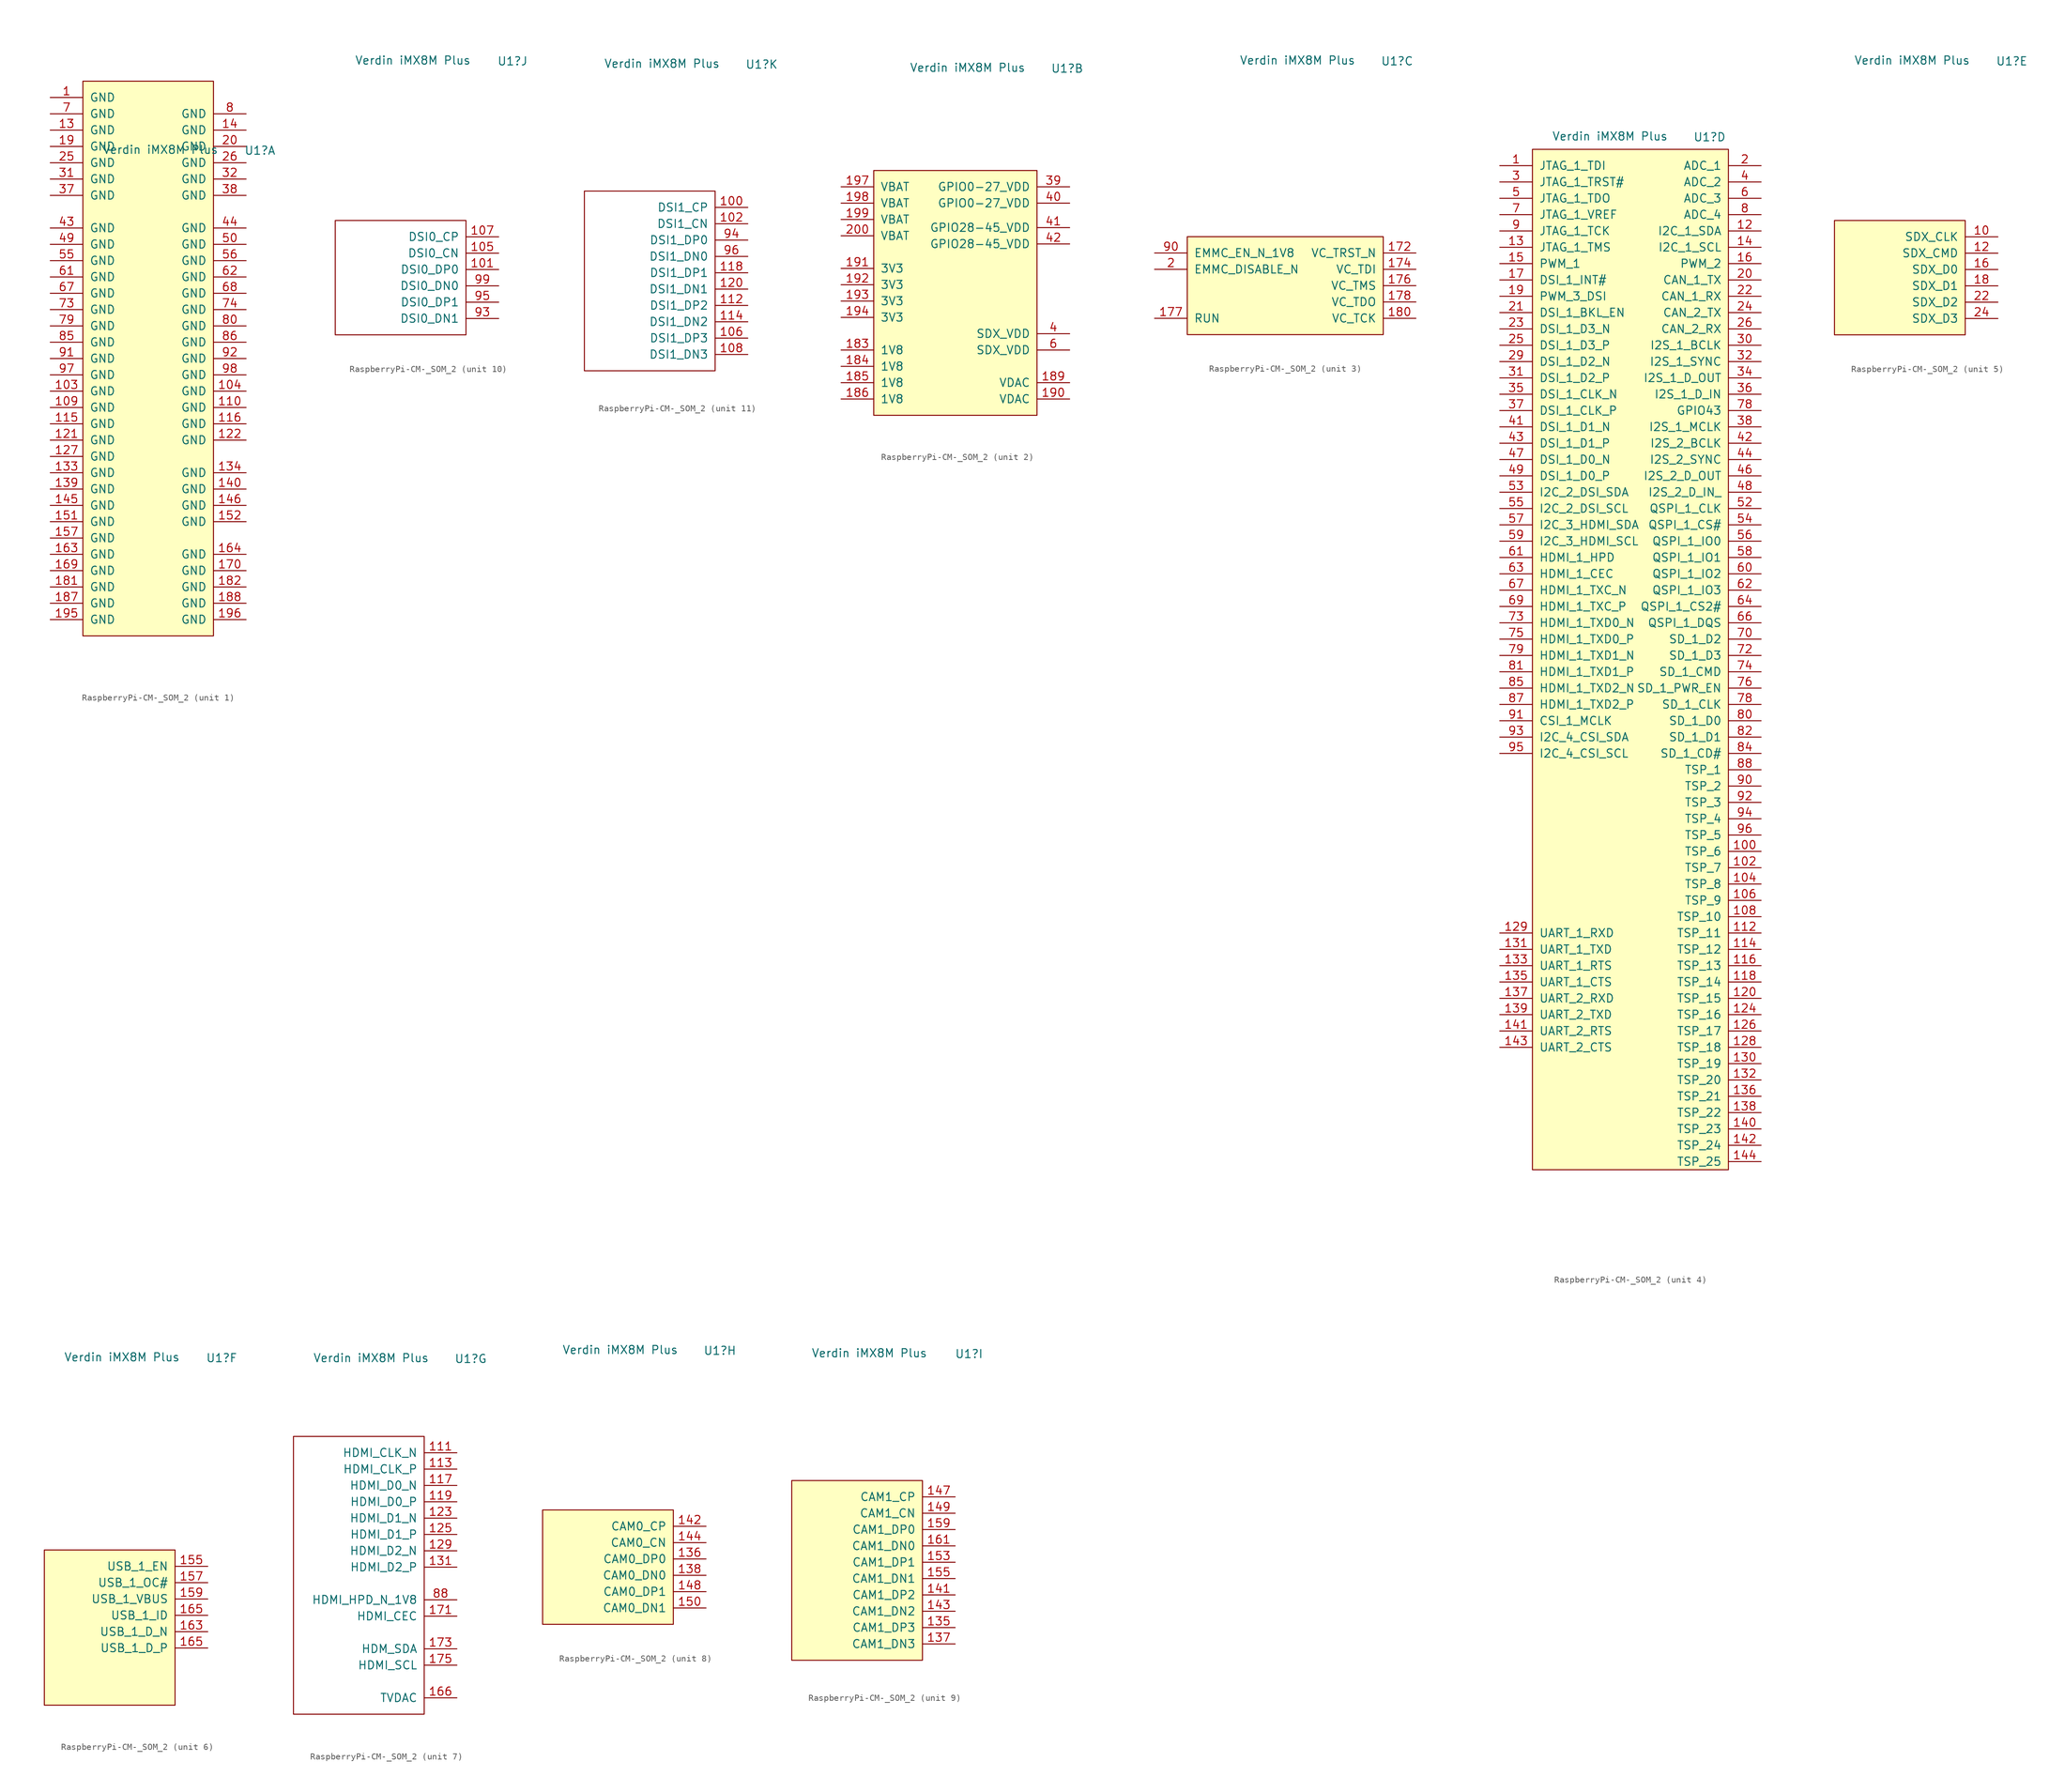
<source format=kicad_sym>
(kicad_symbol_lib
  (version 20220914)
  (generator kicad_symbol_editor)
  (symbol "RaspberryPi-CM-_SOM_2"
    (pin_names
      (offset 1.016))
    (property "Reference" "U1"
      (at 17.399 34.925 0)
      (effects (font (size 1.27 1.27))))
    (property "Value" "Verdin iMX8M Plus"
      (at 1.905 35.052 0)
      (effects (font (size 1.27 1.27))))
    (property "ki_locked" ""
      (at 0 0 0)
      (effects (font (size 1.27 1.27))))
    (symbol "RaspberryPi-CM-_SOM_2_1_1"
      (rectangle (start -10.16 45.72) (end 10.16 -40.64) (stroke (width 0) (type default)) (fill (type background)))
      (pin power_in line (at -15.24 43.18 0) (length 5.08) (name "GND" (effects (font (size 1.27 1.27)))) (number "1" (effects (font (size 1.27 1.27)))))
      (pin power_in line (at -15.24 -2.54 0) (length 5.08) (name "GND" (effects (font (size 1.27 1.27)))) (number "103" (effects (font (size 1.27 1.27)))))
      (pin power_in line (at 15.24 -2.54 180) (length 5.08) (name "GND" (effects (font (size 1.27 1.27)))) (number "104" (effects (font (size 1.27 1.27)))))
      (pin power_in line (at -15.24 -5.08 0) (length 5.08) (name "GND" (effects (font (size 1.27 1.27)))) (number "109" (effects (font (size 1.27 1.27)))))
      (pin power_in line (at 15.24 -5.08 180) (length 5.08) (name "GND" (effects (font (size 1.27 1.27)))) (number "110" (effects (font (size 1.27 1.27)))))
      (pin power_in line (at -15.24 -7.62 0) (length 5.08) (name "GND" (effects (font (size 1.27 1.27)))) (number "115" (effects (font (size 1.27 1.27)))))
      (pin power_in line (at 15.24 -7.62 180) (length 5.08) (name "GND" (effects (font (size 1.27 1.27)))) (number "116" (effects (font (size 1.27 1.27)))))
      (pin power_in line (at -15.24 -10.16 0) (length 5.08) (name "GND" (effects (font (size 1.27 1.27)))) (number "121" (effects (font (size 1.27 1.27)))))
      (pin power_in line (at 15.24 -10.16 180) (length 5.08) (name "GND" (effects (font (size 1.27 1.27)))) (number "122" (effects (font (size 1.27 1.27)))))
      (pin power_in line (at -15.24 -12.7 0) (length 5.08) (name "GND" (effects (font (size 1.27 1.27)))) (number "127" (effects (font (size 1.27 1.27)))))
      (pin power_in line (at -15.24 38.1 0) (length 5.08) (name "GND" (effects (font (size 1.27 1.27)))) (number "13" (effects (font (size 1.27 1.27)))))
      (pin power_in line (at -15.24 -15.24 0) (length 5.08) (name "GND" (effects (font (size 1.27 1.27)))) (number "133" (effects (font (size 1.27 1.27)))))
      (pin power_in line (at 15.24 -15.24 180) (length 5.08) (name "GND" (effects (font (size 1.27 1.27)))) (number "134" (effects (font (size 1.27 1.27)))))
      (pin power_in line (at -15.24 -17.78 0) (length 5.08) (name "GND" (effects (font (size 1.27 1.27)))) (number "139" (effects (font (size 1.27 1.27)))))
      (pin power_in line (at 15.24 38.1 180) (length 5.08) (name "GND" (effects (font (size 1.27 1.27)))) (number "14" (effects (font (size 1.27 1.27)))))
      (pin power_in line (at 15.24 -17.78 180) (length 5.08) (name "GND" (effects (font (size 1.27 1.27)))) (number "140" (effects (font (size 1.27 1.27)))))
      (pin power_in line (at -15.24 -20.32 0) (length 5.08) (name "GND" (effects (font (size 1.27 1.27)))) (number "145" (effects (font (size 1.27 1.27)))))
      (pin power_in line (at 15.24 -20.32 180) (length 5.08) (name "GND" (effects (font (size 1.27 1.27)))) (number "146" (effects (font (size 1.27 1.27)))))
      (pin power_in line (at -15.24 -22.86 0) (length 5.08) (name "GND" (effects (font (size 1.27 1.27)))) (number "151" (effects (font (size 1.27 1.27)))))
      (pin power_in line (at 15.24 -22.86 180) (length 5.08) (name "GND" (effects (font (size 1.27 1.27)))) (number "152" (effects (font (size 1.27 1.27)))))
      (pin power_in line (at -15.24 -25.4 0) (length 5.08) (name "GND" (effects (font (size 1.27 1.27)))) (number "157" (effects (font (size 1.27 1.27)))))
      (pin power_in line (at -15.24 -27.94 0) (length 5.08) (name "GND" (effects (font (size 1.27 1.27)))) (number "163" (effects (font (size 1.27 1.27)))))
      (pin power_in line (at 15.24 -27.94 180) (length 5.08) (name "GND" (effects (font (size 1.27 1.27)))) (number "164" (effects (font (size 1.27 1.27)))))
      (pin power_in line (at -15.24 -30.48 0) (length 5.08) (name "GND" (effects (font (size 1.27 1.27)))) (number "169" (effects (font (size 1.27 1.27)))))
      (pin power_in line (at 15.24 -30.48 180) (length 5.08) (name "GND" (effects (font (size 1.27 1.27)))) (number "170" (effects (font (size 1.27 1.27)))))
      (pin power_in line (at -15.24 -33.02 0) (length 5.08) (name "GND" (effects (font (size 1.27 1.27)))) (number "181" (effects (font (size 1.27 1.27)))))
      (pin power_in line (at 15.24 -33.02 180) (length 5.08) (name "GND" (effects (font (size 1.27 1.27)))) (number "182" (effects (font (size 1.27 1.27)))))
      (pin power_in line (at -15.24 -35.56 0) (length 5.08) (name "GND" (effects (font (size 1.27 1.27)))) (number "187" (effects (font (size 1.27 1.27)))))
      (pin power_in line (at 15.24 -35.56 180) (length 5.08) (name "GND" (effects (font (size 1.27 1.27)))) (number "188" (effects (font (size 1.27 1.27)))))
      (pin power_in line (at -15.24 35.56 0) (length 5.08) (name "GND" (effects (font (size 1.27 1.27)))) (number "19" (effects (font (size 1.27 1.27)))))
      (pin power_in line (at -15.24 -38.1 0) (length 5.08) (name "GND" (effects (font (size 1.27 1.27)))) (number "195" (effects (font (size 1.27 1.27)))))
      (pin power_in line (at 15.24 -38.1 180) (length 5.08) (name "GND" (effects (font (size 1.27 1.27)))) (number "196" (effects (font (size 1.27 1.27)))))
      (pin power_in line (at 15.24 35.56 180) (length 5.08) (name "GND" (effects (font (size 1.27 1.27)))) (number "20" (effects (font (size 1.27 1.27)))))
      (pin power_in line (at -15.24 33.02 0) (length 5.08) (name "GND" (effects (font (size 1.27 1.27)))) (number "25" (effects (font (size 1.27 1.27)))))
      (pin power_in line (at 15.24 33.02 180) (length 5.08) (name "GND" (effects (font (size 1.27 1.27)))) (number "26" (effects (font (size 1.27 1.27)))))
      (pin power_in line (at -15.24 30.48 0) (length 5.08) (name "GND" (effects (font (size 1.27 1.27)))) (number "31" (effects (font (size 1.27 1.27)))))
      (pin power_in line (at 15.24 30.48 180) (length 5.08) (name "GND" (effects (font (size 1.27 1.27)))) (number "32" (effects (font (size 1.27 1.27)))))
      (pin power_in line (at -15.24 27.94 0) (length 5.08) (name "GND" (effects (font (size 1.27 1.27)))) (number "37" (effects (font (size 1.27 1.27)))))
      (pin power_in line (at 15.24 27.94 180) (length 5.08) (name "GND" (effects (font (size 1.27 1.27)))) (number "38" (effects (font (size 1.27 1.27)))))
      (pin power_in line (at -15.24 22.86 0) (length 5.08) (name "GND" (effects (font (size 1.27 1.27)))) (number "43" (effects (font (size 1.27 1.27)))))
      (pin power_in line (at 15.24 22.86 180) (length 5.08) (name "GND" (effects (font (size 1.27 1.27)))) (number "44" (effects (font (size 1.27 1.27)))))
      (pin power_in line (at -15.24 20.32 0) (length 5.08) (name "GND" (effects (font (size 1.27 1.27)))) (number "49" (effects (font (size 1.27 1.27)))))
      (pin power_in line (at 15.24 20.32 180) (length 5.08) (name "GND" (effects (font (size 1.27 1.27)))) (number "50" (effects (font (size 1.27 1.27)))))
      (pin power_in line (at -15.24 17.78 0) (length 5.08) (name "GND" (effects (font (size 1.27 1.27)))) (number "55" (effects (font (size 1.27 1.27)))))
      (pin power_in line (at 15.24 17.78 180) (length 5.08) (name "GND" (effects (font (size 1.27 1.27)))) (number "56" (effects (font (size 1.27 1.27)))))
      (pin power_in line (at -15.24 15.24 0) (length 5.08) (name "GND" (effects (font (size 1.27 1.27)))) (number "61" (effects (font (size 1.27 1.27)))))
      (pin power_in line (at 15.24 15.24 180) (length 5.08) (name "GND" (effects (font (size 1.27 1.27)))) (number "62" (effects (font (size 1.27 1.27)))))
      (pin power_in line (at -15.24 12.7 0) (length 5.08) (name "GND" (effects (font (size 1.27 1.27)))) (number "67" (effects (font (size 1.27 1.27)))))
      (pin power_in line (at 15.24 12.7 180) (length 5.08) (name "GND" (effects (font (size 1.27 1.27)))) (number "68" (effects (font (size 1.27 1.27)))))
      (pin power_in line (at -15.24 40.64 0) (length 5.08) (name "GND" (effects (font (size 1.27 1.27)))) (number "7" (effects (font (size 1.27 1.27)))))
      (pin power_in line (at -15.24 10.16 0) (length 5.08) (name "GND" (effects (font (size 1.27 1.27)))) (number "73" (effects (font (size 1.27 1.27)))))
      (pin power_in line (at 15.24 10.16 180) (length 5.08) (name "GND" (effects (font (size 1.27 1.27)))) (number "74" (effects (font (size 1.27 1.27)))))
      (pin power_in line (at -15.24 7.62 0) (length 5.08) (name "GND" (effects (font (size 1.27 1.27)))) (number "79" (effects (font (size 1.27 1.27)))))
      (pin power_in line (at 15.24 40.64 180) (length 5.08) (name "GND" (effects (font (size 1.27 1.27)))) (number "8" (effects (font (size 1.27 1.27)))))
      (pin power_in line (at 15.24 7.62 180) (length 5.08) (name "GND" (effects (font (size 1.27 1.27)))) (number "80" (effects (font (size 1.27 1.27)))))
      (pin power_in line (at -15.24 5.08 0) (length 5.08) (name "GND" (effects (font (size 1.27 1.27)))) (number "85" (effects (font (size 1.27 1.27)))))
      (pin power_in line (at 15.24 5.08 180) (length 5.08) (name "GND" (effects (font (size 1.27 1.27)))) (number "86" (effects (font (size 1.27 1.27)))))
      (pin power_in line (at -15.24 2.54 0) (length 5.08) (name "GND" (effects (font (size 1.27 1.27)))) (number "91" (effects (font (size 1.27 1.27)))))
      (pin power_in line (at 15.24 2.54 180) (length 5.08) (name "GND" (effects (font (size 1.27 1.27)))) (number "92" (effects (font (size 1.27 1.27)))))
      (pin power_in line (at -15.24 0 0) (length 5.08) (name "GND" (effects (font (size 1.27 1.27)))) (number "97" (effects (font (size 1.27 1.27)))))
      (pin power_in line (at 15.24 0 180) (length 5.08) (name "GND" (effects (font (size 1.27 1.27)))) (number "98" (effects (font (size 1.27 1.27))))))
    (symbol "RaspberryPi-CM-_SOM_2_2_1"
      (rectangle (start -12.7 19.05) (end 12.7 -19.05) (stroke (width 0) (type default)) (fill (type background)))
      (pin power_in line (at -17.78 -8.89 0) (length 5.08) (name "1V8" (effects (font (size 1.27 1.27)))) (number "183" (effects (font (size 1.27 1.27)))))
      (pin power_in line (at -17.78 -11.43 0) (length 5.08) (name "1V8" (effects (font (size 1.27 1.27)))) (number "184" (effects (font (size 1.27 1.27)))))
      (pin power_in line (at -17.78 -13.97 0) (length 5.08) (name "1V8" (effects (font (size 1.27 1.27)))) (number "185" (effects (font (size 1.27 1.27)))))
      (pin power_in line (at -17.78 -16.51 0) (length 5.08) (name "1V8" (effects (font (size 1.27 1.27)))) (number "186" (effects (font (size 1.27 1.27)))))
      (pin power_in line (at 17.78 -13.97 180) (length 5.08) (name "VDAC" (effects (font (size 1.27 1.27)))) (number "189" (effects (font (size 1.27 1.27)))))
      (pin power_in line (at 17.78 -16.51 180) (length 5.08) (name "VDAC" (effects (font (size 1.27 1.27)))) (number "190" (effects (font (size 1.27 1.27)))))
      (pin power_in line (at -17.78 3.81 0) (length 5.08) (name "3V3" (effects (font (size 1.27 1.27)))) (number "191" (effects (font (size 1.27 1.27)))))
      (pin power_in line (at -17.78 1.27 0) (length 5.08) (name "3V3" (effects (font (size 1.27 1.27)))) (number "192" (effects (font (size 1.27 1.27)))))
      (pin power_in line (at -17.78 -1.27 0) (length 5.08) (name "3V3" (effects (font (size 1.27 1.27)))) (number "193" (effects (font (size 1.27 1.27)))))
      (pin power_in line (at -17.78 -3.81 0) (length 5.08) (name "3V3" (effects (font (size 1.27 1.27)))) (number "194" (effects (font (size 1.27 1.27)))))
      (pin power_in line (at -17.78 16.51 0) (length 5.08) (name "VBAT" (effects (font (size 1.27 1.27)))) (number "197" (effects (font (size 1.27 1.27)))))
      (pin power_in line (at -17.78 13.97 0) (length 5.08) (name "VBAT" (effects (font (size 1.27 1.27)))) (number "198" (effects (font (size 1.27 1.27)))))
      (pin power_in line (at -17.78 11.43 0) (length 5.08) (name "VBAT" (effects (font (size 1.27 1.27)))) (number "199" (effects (font (size 1.27 1.27)))))
      (pin power_in line (at -17.78 8.89 0) (length 5.08) (name "VBAT" (effects (font (size 1.27 1.27)))) (number "200" (effects (font (size 1.27 1.27)))))
      (pin power_in line (at 17.78 16.51 180) (length 5.08) (name "GPIO0-27_VDD" (effects (font (size 1.27 1.27)))) (number "39" (effects (font (size 1.27 1.27)))))
      (pin power_in line (at 17.78 -6.35 180) (length 5.08) (name "SDX_VDD" (effects (font (size 1.27 1.27)))) (number "4" (effects (font (size 1.27 1.27)))))
      (pin power_in line (at 17.78 13.97 180) (length 5.08) (name "GPIO0-27_VDD" (effects (font (size 1.27 1.27)))) (number "40" (effects (font (size 1.27 1.27)))))
      (pin power_in line (at 17.78 10.16 180) (length 5.08) (name "GPIO28-45_VDD" (effects (font (size 1.27 1.27)))) (number "41" (effects (font (size 1.27 1.27)))))
      (pin power_in line (at 17.78 7.62 180) (length 5.08) (name "GPIO28-45_VDD" (effects (font (size 1.27 1.27)))) (number "42" (effects (font (size 1.27 1.27)))))
      (pin power_in line (at 17.78 -8.89 180) (length 5.08) (name "SDX_VDD" (effects (font (size 1.27 1.27)))) (number "6" (effects (font (size 1.27 1.27))))))
    (symbol "RaspberryPi-CM-_SOM_2_3_1"
      (rectangle (start -15.24 7.62) (end 15.24 -7.62) (stroke (width 0) (type default)) (fill (type background)))
      (pin input line (at 20.32 5.08 180) (length 5.08) (name "VC_TRST_N" (effects (font (size 1.27 1.27)))) (number "172" (effects (font (size 1.27 1.27)))))
      (pin input line (at 20.32 2.54 180) (length 5.08) (name "VC_TDI" (effects (font (size 1.27 1.27)))) (number "174" (effects (font (size 1.27 1.27)))))
      (pin input line (at 20.32 0 180) (length 5.08) (name "VC_TMS" (effects (font (size 1.27 1.27)))) (number "176" (effects (font (size 1.27 1.27)))))
      (pin input line (at -20.32 -5.08 0) (length 5.08) (name "RUN" (effects (font (size 1.27 1.27)))) (number "177" (effects (font (size 1.27 1.27)))))
      (pin output line (at 20.32 -2.54 180) (length 5.08) (name "VC_TDO" (effects (font (size 1.27 1.27)))) (number "178" (effects (font (size 1.27 1.27)))))
      (pin input line (at 20.32 -5.08 180) (length 5.08) (name "VC_TCK" (effects (font (size 1.27 1.27)))) (number "180" (effects (font (size 1.27 1.27)))))
      (pin input line (at -20.32 2.54 0) (length 5.08) (name "EMMC_DISABLE_N" (effects (font (size 1.27 1.27)))) (number "2" (effects (font (size 1.27 1.27)))))
      (pin output line (at -20.32 5.08 0) (length 5.08) (name "EMMC_EN_N_1V8" (effects (font (size 1.27 1.27)))) (number "90" (effects (font (size 1.27 1.27))))))
    (symbol "RaspberryPi-CM-_SOM_2_4_1"
      (rectangle (start -10.16 33.02) (end 20.32 -125.73) (stroke (width 0) (type default)) (fill (type background)))
      (pin bidirectional line (at -15.24 30.48 0) (length 5.08) (name "JTAG_1_TDI" (effects (font (size 1.27 1.27)))) (number "1" (effects (font (size 1.27 1.27)))))
      (pin bidirectional line (at 25.4 -76.2 180) (length 5.08) (name "TSP_6" (effects (font (size 1.27 1.27)))) (number "100" (effects (font (size 1.27 1.27)))))
      (pin bidirectional line (at 25.4 -78.74 180) (length 5.08) (name "TSP_7" (effects (font (size 1.27 1.27)))) (number "102" (effects (font (size 1.27 1.27)))))
      (pin bidirectional line (at 25.4 -81.28 180) (length 5.08) (name "TSP_8" (effects (font (size 1.27 1.27)))) (number "104" (effects (font (size 1.27 1.27)))))
      (pin bidirectional line (at 25.4 -83.82 180) (length 5.08) (name "TSP_9" (effects (font (size 1.27 1.27)))) (number "106" (effects (font (size 1.27 1.27)))))
      (pin bidirectional line (at 25.4 -86.36 180) (length 5.08) (name "TSP_10" (effects (font (size 1.27 1.27)))) (number "108" (effects (font (size 1.27 1.27)))))
      (pin bidirectional line (at 25.4 -88.9 180) (length 5.08) (name "TSP_11" (effects (font (size 1.27 1.27)))) (number "112" (effects (font (size 1.27 1.27)))))
      (pin bidirectional line (at 25.4 -91.44 180) (length 5.08) (name "TSP_12" (effects (font (size 1.27 1.27)))) (number "114" (effects (font (size 1.27 1.27)))))
      (pin bidirectional line (at 25.4 -93.98 180) (length 5.08) (name "TSP_13" (effects (font (size 1.27 1.27)))) (number "116" (effects (font (size 1.27 1.27)))))
      (pin bidirectional line (at 25.4 -96.52 180) (length 5.08) (name "TSP_14" (effects (font (size 1.27 1.27)))) (number "118" (effects (font (size 1.27 1.27)))))
      (pin bidirectional line (at 25.4 20.32 180) (length 5.08) (name "I2C_1_SDA" (effects (font (size 1.27 1.27)))) (number "12" (effects (font (size 1.27 1.27)))))
      (pin bidirectional line (at 25.4 -99.06 180) (length 5.08) (name "TSP_15" (effects (font (size 1.27 1.27)))) (number "120" (effects (font (size 1.27 1.27)))))
      (pin bidirectional line (at 25.4 -101.6 180) (length 5.08) (name "TSP_16" (effects (font (size 1.27 1.27)))) (number "124" (effects (font (size 1.27 1.27)))))
      (pin bidirectional line (at 25.4 -104.14 180) (length 5.08) (name "TSP_17" (effects (font (size 1.27 1.27)))) (number "126" (effects (font (size 1.27 1.27)))))
      (pin bidirectional line (at 25.4 -106.68 180) (length 5.08) (name "TSP_18" (effects (font (size 1.27 1.27)))) (number "128" (effects (font (size 1.27 1.27)))))
      (pin bidirectional line (at -15.24 -88.9 0) (length 5.08) (name "UART_1_RXD" (effects (font (size 1.27 1.27)))) (number "129" (effects (font (size 1.27 1.27)))))
      (pin bidirectional line (at -15.24 17.78 0) (length 5.08) (name "JTAG_1_TMS" (effects (font (size 1.27 1.27)))) (number "13" (effects (font (size 1.27 1.27)))))
      (pin bidirectional line (at 25.4 -109.22 180) (length 5.08) (name "TSP_19" (effects (font (size 1.27 1.27)))) (number "130" (effects (font (size 1.27 1.27)))))
      (pin bidirectional line (at -15.24 -91.44 0) (length 5.08) (name "UART_1_TXD" (effects (font (size 1.27 1.27)))) (number "131" (effects (font (size 1.27 1.27)))))
      (pin bidirectional line (at 25.4 -111.76 180) (length 5.08) (name "TSP_20" (effects (font (size 1.27 1.27)))) (number "132" (effects (font (size 1.27 1.27)))))
      (pin bidirectional line (at -15.24 -93.98 0) (length 5.08) (name "UART_1_RTS" (effects (font (size 1.27 1.27)))) (number "133" (effects (font (size 1.27 1.27)))))
      (pin bidirectional line (at -15.24 -96.52 0) (length 5.08) (name "UART_1_CTS" (effects (font (size 1.27 1.27)))) (number "135" (effects (font (size 1.27 1.27)))))
      (pin bidirectional line (at 25.4 -114.3 180) (length 5.08) (name "TSP_21" (effects (font (size 1.27 1.27)))) (number "136" (effects (font (size 1.27 1.27)))))
      (pin bidirectional line (at -15.24 -99.06 0) (length 5.08) (name "UART_2_RXD" (effects (font (size 1.27 1.27)))) (number "137" (effects (font (size 1.27 1.27)))))
      (pin bidirectional line (at 25.4 -116.84 180) (length 5.08) (name "TSP_22" (effects (font (size 1.27 1.27)))) (number "138" (effects (font (size 1.27 1.27)))))
      (pin bidirectional line (at -15.24 -101.6 0) (length 5.08) (name "UART_2_TXD" (effects (font (size 1.27 1.27)))) (number "139" (effects (font (size 1.27 1.27)))))
      (pin bidirectional line (at 25.4 17.78 180) (length 5.08) (name "I2C_1_SCL" (effects (font (size 1.27 1.27)))) (number "14" (effects (font (size 1.27 1.27)))))
      (pin bidirectional line (at 25.4 -119.38 180) (length 5.08) (name "TSP_23" (effects (font (size 1.27 1.27)))) (number "140" (effects (font (size 1.27 1.27)))))
      (pin bidirectional line (at -15.24 -104.14 0) (length 5.08) (name "UART_2_RTS" (effects (font (size 1.27 1.27)))) (number "141" (effects (font (size 1.27 1.27)))))
      (pin bidirectional line (at 25.4 -121.92 180) (length 5.08) (name "TSP_24" (effects (font (size 1.27 1.27)))) (number "142" (effects (font (size 1.27 1.27)))))
      (pin bidirectional line (at -15.24 -106.68 0) (length 5.08) (name "UART_2_CTS" (effects (font (size 1.27 1.27)))) (number "143" (effects (font (size 1.27 1.27)))))
      (pin bidirectional line (at 25.4 -124.46 180) (length 5.08) (name "TSP_25" (effects (font (size 1.27 1.27)))) (number "144" (effects (font (size 1.27 1.27)))))
      (pin bidirectional line (at -15.24 15.24 0) (length 5.08) (name "PWM_1" (effects (font (size 1.27 1.27)))) (number "15" (effects (font (size 1.27 1.27)))))
      (pin bidirectional line (at 25.4 15.24 180) (length 5.08) (name "PWM_2" (effects (font (size 1.27 1.27)))) (number "16" (effects (font (size 1.27 1.27)))))
      (pin bidirectional line (at -15.24 12.7 0) (length 5.08) (name "DSI_1_INT#" (effects (font (size 1.27 1.27)))) (number "17" (effects (font (size 1.27 1.27)))))
      (pin bidirectional line (at -15.24 10.16 0) (length 5.08) (name "PWM_3_DSI" (effects (font (size 1.27 1.27)))) (number "19" (effects (font (size 1.27 1.27)))))
      (pin bidirectional line (at 25.4 30.48 180) (length 5.08) (name "ADC_1" (effects (font (size 1.27 1.27)))) (number "2" (effects (font (size 1.27 1.27)))))
      (pin bidirectional line (at 25.4 12.7 180) (length 5.08) (name "CAN_1_TX" (effects (font (size 1.27 1.27)))) (number "20" (effects (font (size 1.27 1.27)))))
      (pin bidirectional line (at -15.24 7.62 0) (length 5.08) (name "DSI_1_BKL_EN" (effects (font (size 1.27 1.27)))) (number "21" (effects (font (size 1.27 1.27)))))
      (pin bidirectional line (at 25.4 10.16 180) (length 5.08) (name "CAN_1_RX" (effects (font (size 1.27 1.27)))) (number "22" (effects (font (size 1.27 1.27)))))
      (pin bidirectional line (at -15.24 5.08 0) (length 5.08) (name "DSI_1_D3_N" (effects (font (size 1.27 1.27)))) (number "23" (effects (font (size 1.27 1.27)))))
      (pin bidirectional line (at 25.4 7.62 180) (length 5.08) (name "CAN_2_TX" (effects (font (size 1.27 1.27)))) (number "24" (effects (font (size 1.27 1.27)))))
      (pin bidirectional line (at -15.24 2.54 0) (length 5.08) (name "DSI_1_D3_P" (effects (font (size 1.27 1.27)))) (number "25" (effects (font (size 1.27 1.27)))))
      (pin bidirectional line (at 25.4 5.08 180) (length 5.08) (name "CAN_2_RX" (effects (font (size 1.27 1.27)))) (number "26" (effects (font (size 1.27 1.27)))))
      (pin bidirectional line (at -15.24 0 0) (length 5.08) (name "DSI_1_D2_N" (effects (font (size 1.27 1.27)))) (number "29" (effects (font (size 1.27 1.27)))))
      (pin bidirectional line (at -15.24 27.94 0) (length 5.08) (name "JTAG_1_TRST#" (effects (font (size 1.27 1.27)))) (number "3" (effects (font (size 1.27 1.27)))))
      (pin bidirectional line (at 25.4 2.54 180) (length 5.08) (name "I2S_1_BCLK" (effects (font (size 1.27 1.27)))) (number "30" (effects (font (size 1.27 1.27)))))
      (pin bidirectional line (at -15.24 -2.54 0) (length 5.08) (name "DSI_1_D2_P" (effects (font (size 1.27 1.27)))) (number "31" (effects (font (size 1.27 1.27)))))
      (pin bidirectional line (at 25.4 0 180) (length 5.08) (name "I2S_1_SYNC" (effects (font (size 1.27 1.27)))) (number "32" (effects (font (size 1.27 1.27)))))
      (pin bidirectional line (at 25.4 -2.54 180) (length 5.08) (name "I2S_1_D_OUT" (effects (font (size 1.27 1.27)))) (number "34" (effects (font (size 1.27 1.27)))))
      (pin bidirectional line (at -15.24 -5.08 0) (length 5.08) (name "DSI_1_CLK_N" (effects (font (size 1.27 1.27)))) (number "35" (effects (font (size 1.27 1.27)))))
      (pin bidirectional line (at 25.4 -5.08 180) (length 5.08) (name "I2S_1_D_IN" (effects (font (size 1.27 1.27)))) (number "36" (effects (font (size 1.27 1.27)))))
      (pin bidirectional line (at -15.24 -7.62 0) (length 5.08) (name "DSI_1_CLK_P" (effects (font (size 1.27 1.27)))) (number "37" (effects (font (size 1.27 1.27)))))
      (pin bidirectional line (at 25.4 -10.16 180) (length 5.08) (name "I2S_1_MCLK" (effects (font (size 1.27 1.27)))) (number "38" (effects (font (size 1.27 1.27)))))
      (pin bidirectional line (at 25.4 27.94 180) (length 5.08) (name "ADC_2" (effects (font (size 1.27 1.27)))) (number "4" (effects (font (size 1.27 1.27)))))
      (pin bidirectional line (at -15.24 -10.16 0) (length 5.08) (name "DSI_1_D1_N" (effects (font (size 1.27 1.27)))) (number "41" (effects (font (size 1.27 1.27)))))
      (pin bidirectional line (at 25.4 -12.7 180) (length 5.08) (name "I2S_2_BCLK" (effects (font (size 1.27 1.27)))) (number "42" (effects (font (size 1.27 1.27)))))
      (pin bidirectional line (at -15.24 -12.7 0) (length 5.08) (name "DSI_1_D1_P" (effects (font (size 1.27 1.27)))) (number "43" (effects (font (size 1.27 1.27)))))
      (pin bidirectional line (at 25.4 -15.24 180) (length 5.08) (name "I2S_2_SYNC" (effects (font (size 1.27 1.27)))) (number "44" (effects (font (size 1.27 1.27)))))
      (pin bidirectional line (at 25.4 -17.78 180) (length 5.08) (name "I2S_2_D_OUT" (effects (font (size 1.27 1.27)))) (number "46" (effects (font (size 1.27 1.27)))))
      (pin bidirectional line (at -15.24 -15.24 0) (length 5.08) (name "DSI_1_D0_N" (effects (font (size 1.27 1.27)))) (number "47" (effects (font (size 1.27 1.27)))))
      (pin bidirectional line (at 25.4 -20.32 180) (length 5.08) (name "I2S_2_D_IN_" (effects (font (size 1.27 1.27)))) (number "48" (effects (font (size 1.27 1.27)))))
      (pin bidirectional line (at -15.24 -17.78 0) (length 5.08) (name "DSI_1_D0_P" (effects (font (size 1.27 1.27)))) (number "49" (effects (font (size 1.27 1.27)))))
      (pin bidirectional line (at -15.24 25.4 0) (length 5.08) (name "JTAG_1_TDO" (effects (font (size 1.27 1.27)))) (number "5" (effects (font (size 1.27 1.27)))))
      (pin bidirectional line (at 25.4 -22.86 180) (length 5.08) (name "QSPI_1_CLK" (effects (font (size 1.27 1.27)))) (number "52" (effects (font (size 1.27 1.27)))))
      (pin bidirectional line (at -15.24 -20.32 0) (length 5.08) (name "I2C_2_DSI_SDA" (effects (font (size 1.27 1.27)))) (number "53" (effects (font (size 1.27 1.27)))))
      (pin bidirectional line (at 25.4 -25.4 180) (length 5.08) (name "QSPI_1_CS#" (effects (font (size 1.27 1.27)))) (number "54" (effects (font (size 1.27 1.27)))))
      (pin bidirectional line (at -15.24 -22.86 0) (length 5.08) (name "I2C_2_DSI_SCL" (effects (font (size 1.27 1.27)))) (number "55" (effects (font (size 1.27 1.27)))))
      (pin bidirectional line (at 25.4 -27.94 180) (length 5.08) (name "QSPI_1_IO0" (effects (font (size 1.27 1.27)))) (number "56" (effects (font (size 1.27 1.27)))))
      (pin bidirectional line (at -15.24 -25.4 0) (length 5.08) (name "I2C_3_HDMI_SDA" (effects (font (size 1.27 1.27)))) (number "57" (effects (font (size 1.27 1.27)))))
      (pin bidirectional line (at 25.4 -30.48 180) (length 5.08) (name "QSPI_1_IO1" (effects (font (size 1.27 1.27)))) (number "58" (effects (font (size 1.27 1.27)))))
      (pin bidirectional line (at -15.24 -27.94 0) (length 5.08) (name "I2C_3_HDMI_SCL" (effects (font (size 1.27 1.27)))) (number "59" (effects (font (size 1.27 1.27)))))
      (pin bidirectional line (at 25.4 25.4 180) (length 5.08) (name "ADC_3" (effects (font (size 1.27 1.27)))) (number "6" (effects (font (size 1.27 1.27)))))
      (pin bidirectional line (at 25.4 -33.02 180) (length 5.08) (name "QSPI_1_IO2" (effects (font (size 1.27 1.27)))) (number "60" (effects (font (size 1.27 1.27)))))
      (pin bidirectional line (at -15.24 -30.48 0) (length 5.08) (name "HDMI_1_HPD" (effects (font (size 1.27 1.27)))) (number "61" (effects (font (size 1.27 1.27)))))
      (pin bidirectional line (at 25.4 -35.56 180) (length 5.08) (name "QSPI_1_IO3" (effects (font (size 1.27 1.27)))) (number "62" (effects (font (size 1.27 1.27)))))
      (pin bidirectional line (at -15.24 -33.02 0) (length 5.08) (name "HDMI_1_CEC" (effects (font (size 1.27 1.27)))) (number "63" (effects (font (size 1.27 1.27)))))
      (pin bidirectional line (at 25.4 -38.1 180) (length 5.08) (name "QSPI_1_CS2#" (effects (font (size 1.27 1.27)))) (number "64" (effects (font (size 1.27 1.27)))))
      (pin bidirectional line (at 25.4 -40.64 180) (length 5.08) (name "QSPI_1_DQS" (effects (font (size 1.27 1.27)))) (number "66" (effects (font (size 1.27 1.27)))))
      (pin bidirectional line (at -15.24 -35.56 0) (length 5.08) (name "HDMI_1_TXC_N" (effects (font (size 1.27 1.27)))) (number "67" (effects (font (size 1.27 1.27)))))
      (pin bidirectional line (at -15.24 -38.1 0) (length 5.08) (name "HDMI_1_TXC_P" (effects (font (size 1.27 1.27)))) (number "69" (effects (font (size 1.27 1.27)))))
      (pin bidirectional line (at -15.24 22.86 0) (length 5.08) (name "JTAG_1_VREF" (effects (font (size 1.27 1.27)))) (number "7" (effects (font (size 1.27 1.27)))))
      (pin bidirectional line (at 25.4 -43.18 180) (length 5.08) (name "SD_1_D2" (effects (font (size 1.27 1.27)))) (number "70" (effects (font (size 1.27 1.27)))))
      (pin bidirectional line (at 25.4 -45.72 180) (length 5.08) (name "SD_1_D3" (effects (font (size 1.27 1.27)))) (number "72" (effects (font (size 1.27 1.27)))))
      (pin bidirectional line (at -15.24 -40.64 0) (length 5.08) (name "HDMI_1_TXD0_N" (effects (font (size 1.27 1.27)))) (number "73" (effects (font (size 1.27 1.27)))))
      (pin bidirectional line (at 25.4 -48.26 180) (length 5.08) (name "SD_1_CMD" (effects (font (size 1.27 1.27)))) (number "74" (effects (font (size 1.27 1.27)))))
      (pin bidirectional line (at -15.24 -43.18 0) (length 5.08) (name "HDMI_1_TXD0_P" (effects (font (size 1.27 1.27)))) (number "75" (effects (font (size 1.27 1.27)))))
      (pin bidirectional line (at 25.4 -50.8 180) (length 5.08) (name "SD_1_PWR_EN" (effects (font (size 1.27 1.27)))) (number "76" (effects (font (size 1.27 1.27)))))
      (pin bidirectional line (at 25.4 -7.62 180) (length 5.08) (name "GPIO43" (effects (font (size 1.27 1.27)))) (number "78" (effects (font (size 1.27 1.27)))))
      (pin bidirectional line (at 25.4 -53.34 180) (length 5.08) (name "SD_1_CLK" (effects (font (size 1.27 1.27)))) (number "78" (effects (font (size 1.27 1.27)))))
      (pin bidirectional line (at -15.24 -45.72 0) (length 5.08) (name "HDMI_1_TXD1_N" (effects (font (size 1.27 1.27)))) (number "79" (effects (font (size 1.27 1.27)))))
      (pin bidirectional line (at 25.4 22.86 180) (length 5.08) (name "ADC_4" (effects (font (size 1.27 1.27)))) (number "8" (effects (font (size 1.27 1.27)))))
      (pin bidirectional line (at 25.4 -55.88 180) (length 5.08) (name "SD_1_D0" (effects (font (size 1.27 1.27)))) (number "80" (effects (font (size 1.27 1.27)))))
      (pin bidirectional line (at -15.24 -48.26 0) (length 5.08) (name "HDMI_1_TXD1_P" (effects (font (size 1.27 1.27)))) (number "81" (effects (font (size 1.27 1.27)))))
      (pin bidirectional line (at 25.4 -58.42 180) (length 5.08) (name "SD_1_D1" (effects (font (size 1.27 1.27)))) (number "82" (effects (font (size 1.27 1.27)))))
      (pin bidirectional line (at 25.4 -60.96 180) (length 5.08) (name "SD_1_CD#" (effects (font (size 1.27 1.27)))) (number "84" (effects (font (size 1.27 1.27)))))
      (pin bidirectional line (at -15.24 -50.8 0) (length 5.08) (name "HDMI_1_TXD2_N" (effects (font (size 1.27 1.27)))) (number "85" (effects (font (size 1.27 1.27)))))
      (pin bidirectional line (at -15.24 -53.34 0) (length 5.08) (name "HDMI_1_TXD2_P" (effects (font (size 1.27 1.27)))) (number "87" (effects (font (size 1.27 1.27)))))
      (pin bidirectional line (at 25.4 -63.5 180) (length 5.08) (name "TSP_1" (effects (font (size 1.27 1.27)))) (number "88" (effects (font (size 1.27 1.27)))))
      (pin bidirectional line (at -15.24 20.32 0) (length 5.08) (name "JTAG_1_TCK" (effects (font (size 1.27 1.27)))) (number "9" (effects (font (size 1.27 1.27)))))
      (pin bidirectional line (at 25.4 -66.04 180) (length 5.08) (name "TSP_2" (effects (font (size 1.27 1.27)))) (number "90" (effects (font (size 1.27 1.27)))))
      (pin bidirectional line (at -15.24 -55.88 0) (length 5.08) (name "CSI_1_MCLK" (effects (font (size 1.27 1.27)))) (number "91" (effects (font (size 1.27 1.27)))))
      (pin bidirectional line (at 25.4 -68.58 180) (length 5.08) (name "TSP_3" (effects (font (size 1.27 1.27)))) (number "92" (effects (font (size 1.27 1.27)))))
      (pin bidirectional line (at -15.24 -58.42 0) (length 5.08) (name "I2C_4_CSI_SDA" (effects (font (size 1.27 1.27)))) (number "93" (effects (font (size 1.27 1.27)))))
      (pin bidirectional line (at 25.4 -71.12 180) (length 5.08) (name "TSP_4" (effects (font (size 1.27 1.27)))) (number "94" (effects (font (size 1.27 1.27)))))
      (pin bidirectional line (at -15.24 -60.96 0) (length 5.08) (name "I2C_4_CSI_SCL" (effects (font (size 1.27 1.27)))) (number "95" (effects (font (size 1.27 1.27)))))
      (pin bidirectional line (at 25.4 -73.66 180) (length 5.08) (name "TSP_5" (effects (font (size 1.27 1.27)))) (number "96" (effects (font (size 1.27 1.27))))))
    (symbol "RaspberryPi-CM-_SOM_2_5_0"
      (rectangle (start 10.16 10.16) (end -10.16 -7.62) (stroke (width 0) (type default)) (fill (type background))))
    (symbol "RaspberryPi-CM-_SOM_2_5_1"
      (pin output line (at 15.24 7.62 180) (length 5.08) (name "SDX_CLK" (effects (font (size 1.27 1.27)))) (number "10" (effects (font (size 1.27 1.27)))))
      (pin bidirectional line (at 15.24 5.08 180) (length 5.08) (name "SDX_CMD" (effects (font (size 1.27 1.27)))) (number "12" (effects (font (size 1.27 1.27)))))
      (pin bidirectional line (at 15.24 2.54 180) (length 5.08) (name "SDX_D0" (effects (font (size 1.27 1.27)))) (number "16" (effects (font (size 1.27 1.27)))))
      (pin bidirectional line (at 15.24 0 180) (length 5.08) (name "SDX_D1" (effects (font (size 1.27 1.27)))) (number "18" (effects (font (size 1.27 1.27)))))
      (pin bidirectional line (at 15.24 -2.54 180) (length 5.08) (name "SDX_D2" (effects (font (size 1.27 1.27)))) (number "22" (effects (font (size 1.27 1.27)))))
      (pin bidirectional line (at 15.24 -5.08 180) (length 5.08) (name "SDX_D3" (effects (font (size 1.27 1.27)))) (number "24" (effects (font (size 1.27 1.27))))))
    (symbol "RaspberryPi-CM-_SOM_2_6_0"
      (rectangle (start -10.16 5.08) (end 10.16 -19.05) (stroke (width 0) (type default)) (fill (type background))))
    (symbol "RaspberryPi-CM-_SOM_2_6_1"
      (pin bidirectional line (at 15.24 2.54 180) (length 5.08) (name "USB_1_EN" (effects (font (size 1.27 1.27)))) (number "155" (effects (font (size 1.27 1.27)))))
      (pin bidirectional line (at 15.24 0 180) (length 5.08) (name "USB_1_OC#" (effects (font (size 1.27 1.27)))) (number "157" (effects (font (size 1.27 1.27)))))
      (pin input line (at 15.24 -2.54 180) (length 5.08) (name "USB_1_VBUS" (effects (font (size 1.27 1.27)))) (number "159" (effects (font (size 1.27 1.27)))))
      (pin bidirectional line (at 15.24 -7.62 180) (length 5.08) (name "USB_1_D_N" (effects (font (size 1.27 1.27)))) (number "163" (effects (font (size 1.27 1.27)))))
      (pin bidirectional line (at 15.24 -10.16 180) (length 5.08) (name "USB_1_D_P" (effects (font (size 1.27 1.27)))) (number "165" (effects (font (size 1.27 1.27)))))
      (pin bidirectional line (at 15.24 -5.08 180) (length 5.08) (name "USB_1_ID" (effects (font (size 1.27 1.27)))) (number "165" (effects (font (size 1.27 1.27))))))
    (symbol "RaspberryPi-CM-_SOM_2_7_0"
      (rectangle (start 10.16 22.86) (end -10.16 -20.32) (stroke (width 0) (type default)) (fill (type none))))
    (symbol "RaspberryPi-CM-_SOM_2_7_1"
      (pin output line (at 15.24 20.32 180) (length 5.08) (name "HDMI_CLK_N" (effects (font (size 1.27 1.27)))) (number "111" (effects (font (size 1.27 1.27)))))
      (pin output line (at 15.24 17.78 180) (length 5.08) (name "HDMI_CLK_P" (effects (font (size 1.27 1.27)))) (number "113" (effects (font (size 1.27 1.27)))))
      (pin output line (at 15.24 15.24 180) (length 5.08) (name "HDMI_D0_N" (effects (font (size 1.27 1.27)))) (number "117" (effects (font (size 1.27 1.27)))))
      (pin output line (at 15.24 12.7 180) (length 5.08) (name "HDMI_D0_P" (effects (font (size 1.27 1.27)))) (number "119" (effects (font (size 1.27 1.27)))))
      (pin output line (at 15.24 10.16 180) (length 5.08) (name "HDMI_D1_N" (effects (font (size 1.27 1.27)))) (number "123" (effects (font (size 1.27 1.27)))))
      (pin output line (at 15.24 7.62 180) (length 5.08) (name "HDMI_D1_P" (effects (font (size 1.27 1.27)))) (number "125" (effects (font (size 1.27 1.27)))))
      (pin output line (at 15.24 5.08 180) (length 5.08) (name "HDMI_D2_N" (effects (font (size 1.27 1.27)))) (number "129" (effects (font (size 1.27 1.27)))))
      (pin output line (at 15.24 2.54 180) (length 5.08) (name "HDMI_D2_P" (effects (font (size 1.27 1.27)))) (number "131" (effects (font (size 1.27 1.27)))))
      (pin output line (at 15.24 -17.78 180) (length 5.08) (name "TVDAC" (effects (font (size 1.27 1.27)))) (number "166" (effects (font (size 1.27 1.27)))))
      (pin bidirectional line (at 15.24 -5.08 180) (length 5.08) (name "HDMI_CEC" (effects (font (size 1.27 1.27)))) (number "171" (effects (font (size 1.27 1.27)))))
      (pin bidirectional line (at 15.24 -10.16 180) (length 5.08) (name "HDM_SDA" (effects (font (size 1.27 1.27)))) (number "173" (effects (font (size 1.27 1.27)))))
      (pin bidirectional line (at 15.24 -12.7 180) (length 5.08) (name "HDMI_SCL" (effects (font (size 1.27 1.27)))) (number "175" (effects (font (size 1.27 1.27)))))
      (pin input line (at 15.24 -2.54 180) (length 5.08) (name "HDMI_HPD_N_1V8" (effects (font (size 1.27 1.27)))) (number "88" (effects (font (size 1.27 1.27))))))
    (symbol "RaspberryPi-CM-_SOM_2_8_0"
      (rectangle (start 10.16 10.16) (end -10.16 -7.62) (stroke (width 0) (type default)) (fill (type background))))
    (symbol "RaspberryPi-CM-_SOM_2_8_1"
      (pin input line (at 15.24 2.54 180) (length 5.08) (name "CAM0_DP0" (effects (font (size 1.27 1.27)))) (number "136" (effects (font (size 1.27 1.27)))))
      (pin input line (at 15.24 0 180) (length 5.08) (name "CAM0_DN0" (effects (font (size 1.27 1.27)))) (number "138" (effects (font (size 1.27 1.27)))))
      (pin input line (at 15.24 7.62 180) (length 5.08) (name "CAM0_CP" (effects (font (size 1.27 1.27)))) (number "142" (effects (font (size 1.27 1.27)))))
      (pin input line (at 15.24 5.08 180) (length 5.08) (name "CAM0_CN" (effects (font (size 1.27 1.27)))) (number "144" (effects (font (size 1.27 1.27)))))
      (pin input line (at 15.24 -2.54 180) (length 5.08) (name "CAM0_DP1" (effects (font (size 1.27 1.27)))) (number "148" (effects (font (size 1.27 1.27)))))
      (pin input line (at 15.24 -5.08 180) (length 5.08) (name "CAM0_DN1" (effects (font (size 1.27 1.27)))) (number "150" (effects (font (size 1.27 1.27))))))
    (symbol "RaspberryPi-CM-_SOM_2_9_0"
      (rectangle (start 10.16 15.24) (end -10.16 -12.7) (stroke (width 0) (type default)) (fill (type background))))
    (symbol "RaspberryPi-CM-_SOM_2_9_1"
      (pin input line (at 15.24 -7.62 180) (length 5.08) (name "CAM1_DP3" (effects (font (size 1.27 1.27)))) (number "135" (effects (font (size 1.27 1.27)))))
      (pin input line (at 15.24 -10.16 180) (length 5.08) (name "CAM1_DN3" (effects (font (size 1.27 1.27)))) (number "137" (effects (font (size 1.27 1.27)))))
      (pin input line (at 15.24 -2.54 180) (length 5.08) (name "CAM1_DP2" (effects (font (size 1.27 1.27)))) (number "141" (effects (font (size 1.27 1.27)))))
      (pin input line (at 15.24 -5.08 180) (length 5.08) (name "CAM1_DN2" (effects (font (size 1.27 1.27)))) (number "143" (effects (font (size 1.27 1.27)))))
      (pin input line (at 15.24 12.7 180) (length 5.08) (name "CAM1_CP" (effects (font (size 1.27 1.27)))) (number "147" (effects (font (size 1.27 1.27)))))
      (pin input line (at 15.24 10.16 180) (length 5.08) (name "CAM1_CN" (effects (font (size 1.27 1.27)))) (number "149" (effects (font (size 1.27 1.27)))))
      (pin input line (at 15.24 2.54 180) (length 5.08) (name "CAM1_DP1" (effects (font (size 1.27 1.27)))) (number "153" (effects (font (size 1.27 1.27)))))
      (pin input line (at 15.24 0 180) (length 5.08) (name "CAM1_DN1" (effects (font (size 1.27 1.27)))) (number "155" (effects (font (size 1.27 1.27)))))
      (pin input line (at 15.24 7.62 180) (length 5.08) (name "CAM1_DP0" (effects (font (size 1.27 1.27)))) (number "159" (effects (font (size 1.27 1.27)))))
      (pin input line (at 15.24 5.08 180) (length 5.08) (name "CAM1_DN0" (effects (font (size 1.27 1.27)))) (number "161" (effects (font (size 1.27 1.27))))))
    (symbol "RaspberryPi-CM-_SOM_2_10_0"
      (rectangle (start 10.16 10.16) (end -10.16 -7.62) (stroke (width 0) (type default)) (fill (type none))))
    (symbol "RaspberryPi-CM-_SOM_2_10_1"
      (pin output line (at 15.24 2.54 180) (length 5.08) (name "DSI0_DP0" (effects (font (size 1.27 1.27)))) (number "101" (effects (font (size 1.27 1.27)))))
      (pin output line (at 15.24 5.08 180) (length 5.08) (name "DSI0_CN" (effects (font (size 1.27 1.27)))) (number "105" (effects (font (size 1.27 1.27)))))
      (pin output line (at 15.24 7.62 180) (length 5.08) (name "DSI0_CP" (effects (font (size 1.27 1.27)))) (number "107" (effects (font (size 1.27 1.27)))))
      (pin output line (at 15.24 -5.08 180) (length 5.08) (name "DSI0_DN1" (effects (font (size 1.27 1.27)))) (number "93" (effects (font (size 1.27 1.27)))))
      (pin output line (at 15.24 -2.54 180) (length 5.08) (name "DSI0_DP1" (effects (font (size 1.27 1.27)))) (number "95" (effects (font (size 1.27 1.27)))))
      (pin output line (at 15.24 0 180) (length 5.08) (name "DSI0_DN0" (effects (font (size 1.27 1.27)))) (number "99" (effects (font (size 1.27 1.27))))))
    (symbol "RaspberryPi-CM-_SOM_2_11_0"
      (rectangle (start 10.16 15.24) (end -10.16 -12.7) (stroke (width 0) (type default)) (fill (type none))))
    (symbol "RaspberryPi-CM-_SOM_2_11_1"
      (pin output line (at 15.24 12.7 180) (length 5.08) (name "DSI1_CP" (effects (font (size 1.27 1.27)))) (number "100" (effects (font (size 1.27 1.27)))))
      (pin output line (at 15.24 10.16 180) (length 5.08) (name "DSI1_CN" (effects (font (size 1.27 1.27)))) (number "102" (effects (font (size 1.27 1.27)))))
      (pin output line (at 15.24 -7.62 180) (length 5.08) (name "DSI1_DP3" (effects (font (size 1.27 1.27)))) (number "106" (effects (font (size 1.27 1.27)))))
      (pin output line (at 15.24 -10.16 180) (length 5.08) (name "DSI1_DN3" (effects (font (size 1.27 1.27)))) (number "108" (effects (font (size 1.27 1.27)))))
      (pin output line (at 15.24 -2.54 180) (length 5.08) (name "DSI1_DP2" (effects (font (size 1.27 1.27)))) (number "112" (effects (font (size 1.27 1.27)))))
      (pin output line (at 15.24 -5.08 180) (length 5.08) (name "DSI1_DN2" (effects (font (size 1.27 1.27)))) (number "114" (effects (font (size 1.27 1.27)))))
      (pin output line (at 15.24 2.54 180) (length 5.08) (name "DSI1_DP1" (effects (font (size 1.27 1.27)))) (number "118" (effects (font (size 1.27 1.27)))))
      (pin output line (at 15.24 0 180) (length 5.08) (name "DSI1_DN1" (effects (font (size 1.27 1.27)))) (number "120" (effects (font (size 1.27 1.27)))))
      (pin output line (at 15.24 7.62 180) (length 5.08) (name "DSI1_DP0" (effects (font (size 1.27 1.27)))) (number "94" (effects (font (size 1.27 1.27)))))
      (pin output line (at 15.24 5.08 180) (length 5.08) (name "DSI1_DN0" (effects (font (size 1.27 1.27)))) (number "96" (effects (font (size 1.27 1.27))))))))
</source>
